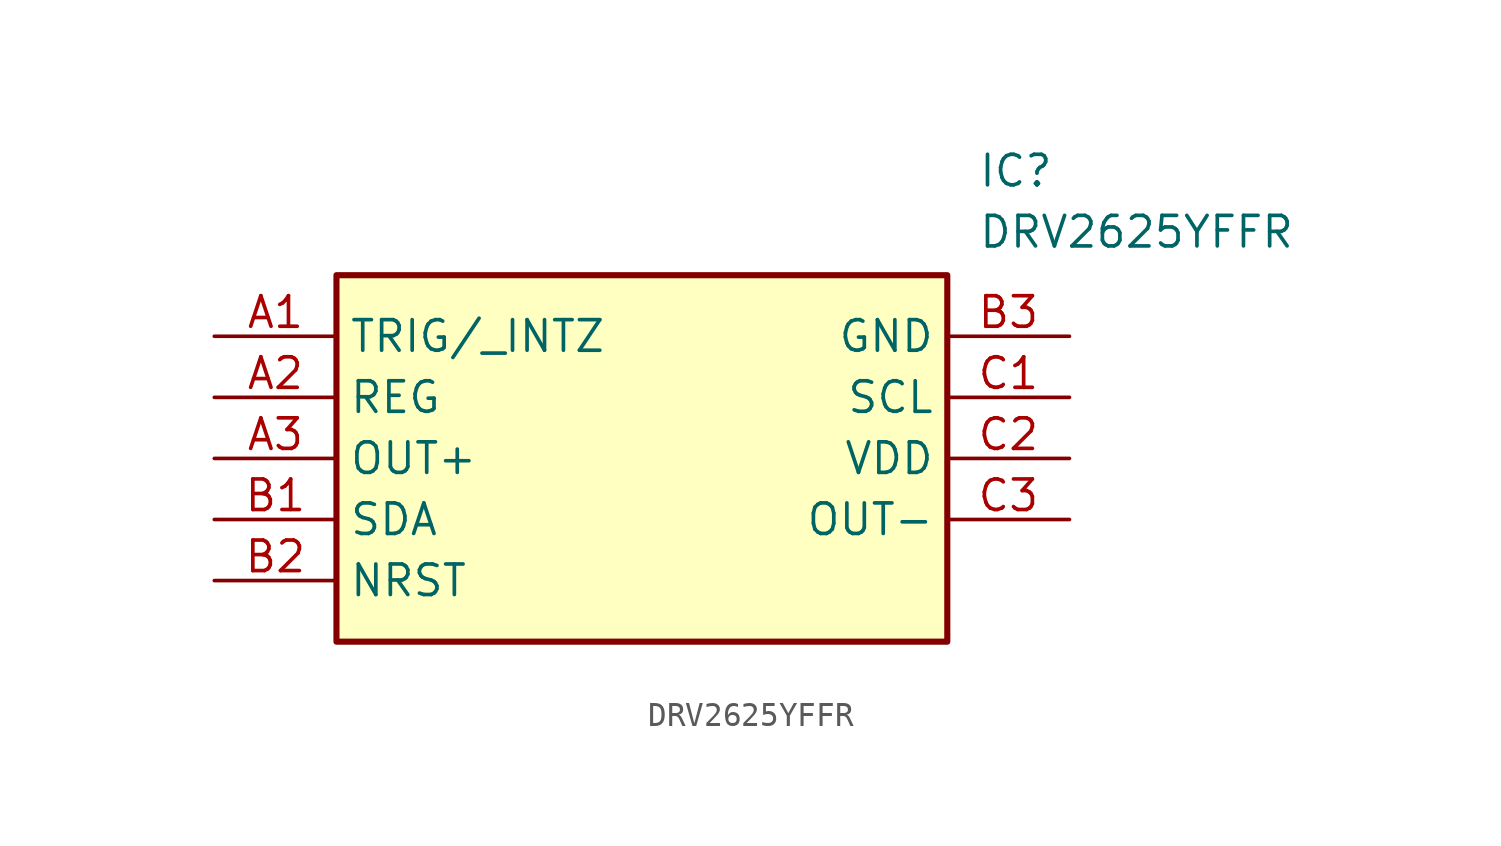
<source format=kicad_sym>
(kicad_symbol_lib
  (version 20211014)
  (generator SamacSys_ECAD_Model)
  (symbol "DRV2625YFFR"
    (property "Reference" "IC"
      (at 31.75 7.62 0)
      (effects (font (size 1.27 1.27)) (justify left top)))
    (property "Value" "DRV2625YFFR"
      (at 31.75 5.08 0)
      (effects (font (size 1.27 1.27)) (justify left top)))
    (rectangle
      (start 5.08 2.54)
      (end 30.48 -12.7)
      (stroke (width 0.254) (type default))
      (fill (type background)))
    (pin passive line
      (at 0 0 0)
      (length 5.08)
      (name "TRIG/_INTZ" (effects (font (size 1.27 1.27))))
      (number "A1" (effects (font (size 1.27 1.27)))))
    (pin passive line
      (at 0 -2.54 0)
      (length 5.08)
      (name "REG" (effects (font (size 1.27 1.27))))
      (number "A2" (effects (font (size 1.27 1.27)))))
    (pin passive line
      (at 0 -5.08 0)
      (length 5.08)
      (name "OUT+" (effects (font (size 1.27 1.27))))
      (number "A3" (effects (font (size 1.27 1.27)))))
    (pin passive line
      (at 0 -7.62 0)
      (length 5.08)
      (name "SDA" (effects (font (size 1.27 1.27))))
      (number "B1" (effects (font (size 1.27 1.27)))))
    (pin passive line
      (at 0 -10.16 0)
      (length 5.08)
      (name "NRST" (effects (font (size 1.27 1.27))))
      (number "B2" (effects (font (size 1.27 1.27)))))
    (pin passive line
      (at 35.56 0 180)
      (length 5.08)
      (name "GND" (effects (font (size 1.27 1.27))))
      (number "B3" (effects (font (size 1.27 1.27)))))
    (pin passive line
      (at 35.56 -2.54 180)
      (length 5.08)
      (name "SCL" (effects (font (size 1.27 1.27))))
      (number "C1" (effects (font (size 1.27 1.27)))))
    (pin passive line
      (at 35.56 -5.08 180)
      (length 5.08)
      (name "VDD" (effects (font (size 1.27 1.27))))
      (number "C2" (effects (font (size 1.27 1.27)))))
    (pin passive line
      (at 35.56 -7.62 180)
      (length 5.08)
      (name "OUT-" (effects (font (size 1.27 1.27))))
      (number "C3" (effects (font (size 1.27 1.27)))))))
</source>
